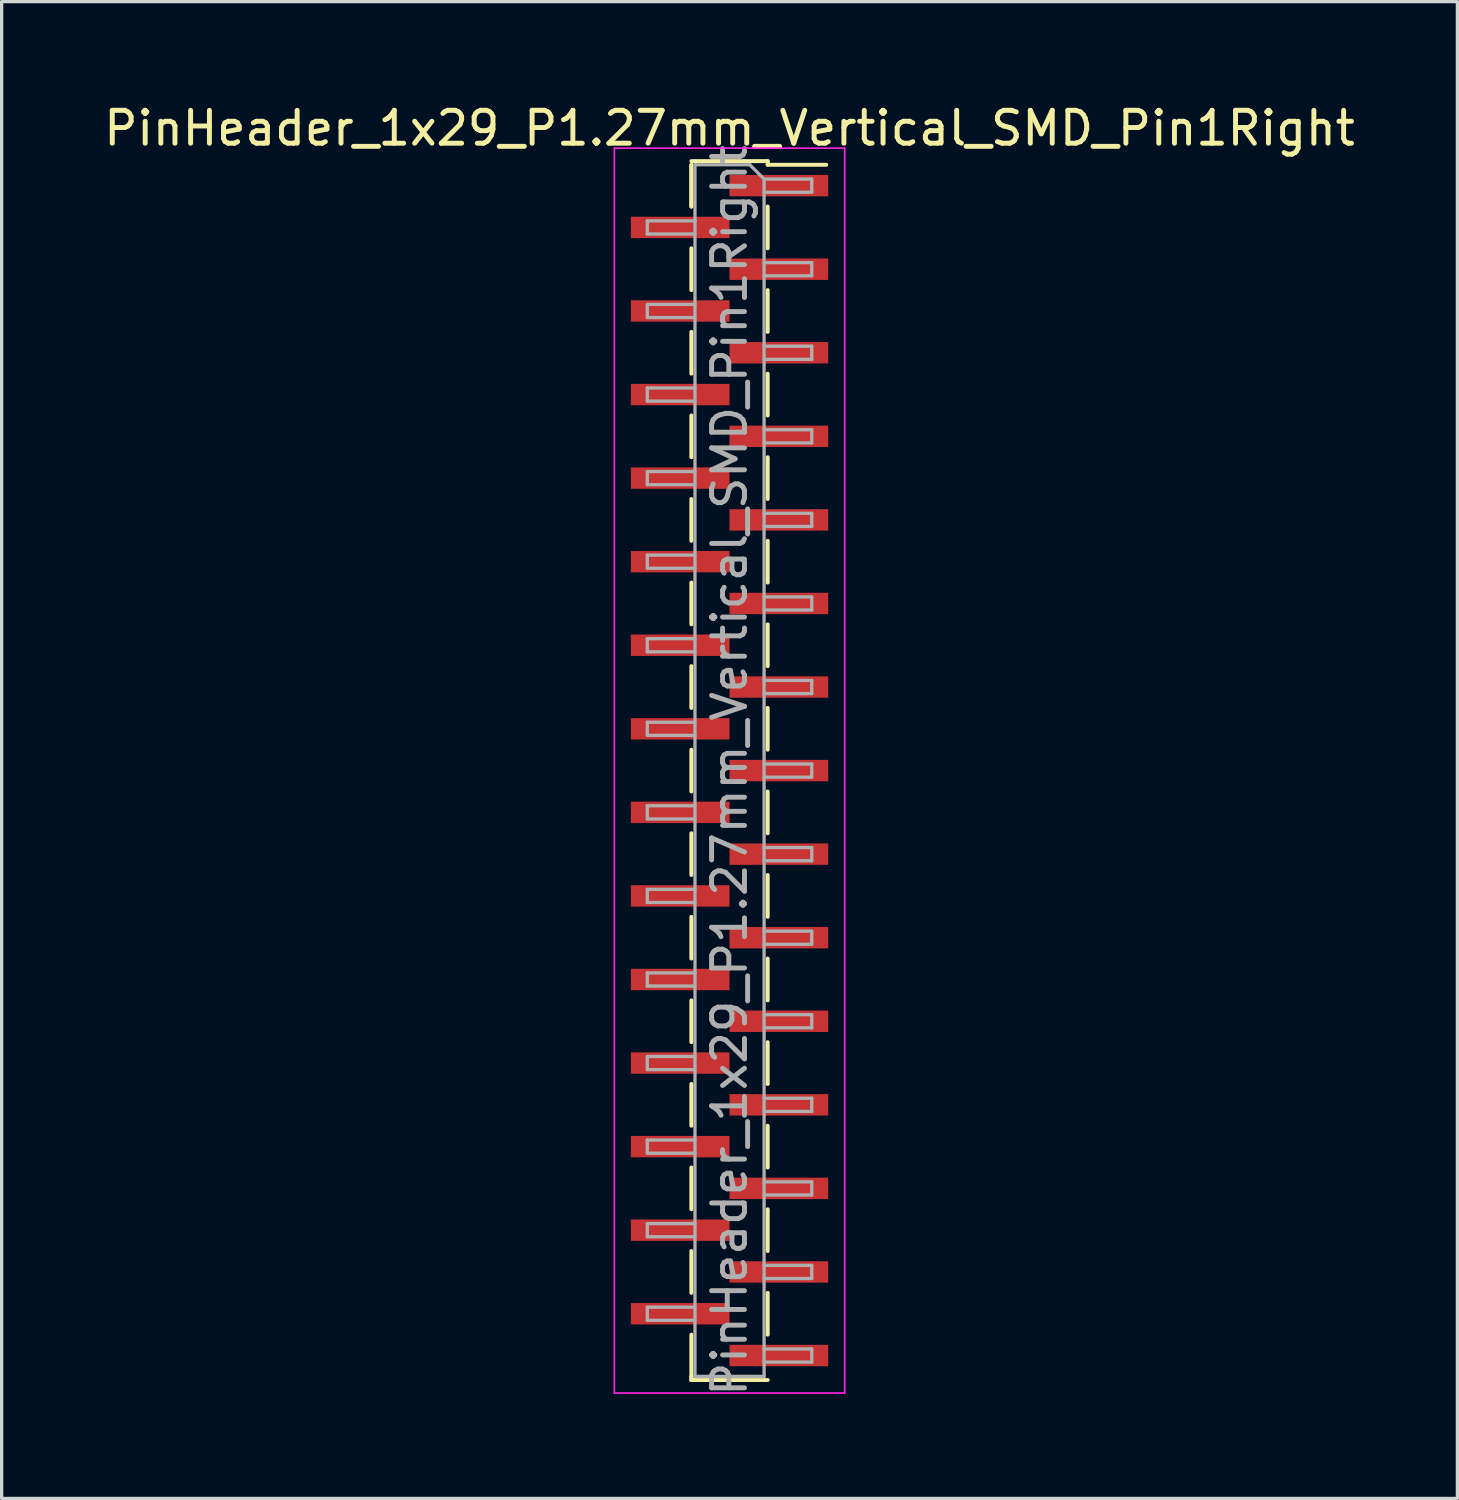
<source format=kicad_pcb>
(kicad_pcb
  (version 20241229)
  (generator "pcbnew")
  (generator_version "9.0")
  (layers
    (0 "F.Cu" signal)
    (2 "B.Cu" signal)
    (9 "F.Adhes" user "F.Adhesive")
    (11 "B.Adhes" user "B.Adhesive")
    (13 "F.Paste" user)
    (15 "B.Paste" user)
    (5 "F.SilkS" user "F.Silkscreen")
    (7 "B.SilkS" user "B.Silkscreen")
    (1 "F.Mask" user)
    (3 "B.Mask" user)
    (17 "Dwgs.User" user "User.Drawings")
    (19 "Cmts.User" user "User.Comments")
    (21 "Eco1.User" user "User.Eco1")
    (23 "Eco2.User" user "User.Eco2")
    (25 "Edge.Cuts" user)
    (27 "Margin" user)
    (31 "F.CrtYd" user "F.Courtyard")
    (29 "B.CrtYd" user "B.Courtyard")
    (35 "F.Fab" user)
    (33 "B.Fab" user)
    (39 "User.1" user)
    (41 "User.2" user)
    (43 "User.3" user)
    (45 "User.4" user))
  (footprint "PinHeader_1x29_P1.27mm_Vertical_SMD_Pin1Right"
    (layer "F.Cu")
    (at 19.125 20.373)
    (property "Reference" "PinHeader_1x29_P1.27mm_Vertical_SMD_Pin1Right" (at 0 -19.525 0) (layer "F.SilkS") (effects (font (size 1 1) (thickness 0.15))))
    (attr smd)
    (fp_line (start -1.16 -18.525) (end 1.16 -18.525) (stroke (width 0.12) (type solid)) (layer "F.SilkS"))
    (fp_line (start -1.16 -18.415) (end -1.16 -17.145) (stroke (width 0.12) (type solid)) (layer "F.SilkS"))
    (fp_line (start -1.16 -18.415) (end -1.16 -17.145) (stroke (width 0.12) (type solid)) (layer "F.SilkS"))
    (fp_line (start -1.16 -15.875) (end -1.16 -14.605) (stroke (width 0.12) (type solid)) (layer "F.SilkS"))
    (fp_line (start -1.16 -13.335) (end -1.16 -12.065) (stroke (width 0.12) (type solid)) (layer "F.SilkS"))
    (fp_line (start -1.16 -10.795) (end -1.16 -9.525) (stroke (width 0.12) (type solid)) (layer "F.SilkS"))
    (fp_line (start -1.16 -8.255) (end -1.16 -6.985) (stroke (width 0.12) (type solid)) (layer "F.SilkS"))
    (fp_line (start -1.16 -5.715) (end -1.16 -4.445) (stroke (width 0.12) (type solid)) (layer "F.SilkS"))
    (fp_line (start -1.16 -3.175) (end -1.16 -1.905) (stroke (width 0.12) (type solid)) (layer "F.SilkS"))
    (fp_line (start -1.16 -0.635) (end -1.16 0.635) (stroke (width 0.12) (type solid)) (layer "F.SilkS"))
    (fp_line (start -1.16 1.905) (end -1.16 3.175) (stroke (width 0.12) (type solid)) (layer "F.SilkS"))
    (fp_line (start -1.16 4.445) (end -1.16 5.715) (stroke (width 0.12) (type solid)) (layer "F.SilkS"))
    (fp_line (start -1.16 6.985) (end -1.16 8.255) (stroke (width 0.12) (type solid)) (layer "F.SilkS"))
    (fp_line (start -1.16 9.525) (end -1.16 10.795) (stroke (width 0.12) (type solid)) (layer "F.SilkS"))
    (fp_line (start -1.16 12.065) (end -1.16 13.335) (stroke (width 0.12) (type solid)) (layer "F.SilkS"))
    (fp_line (start -1.16 14.605) (end -1.16 15.875) (stroke (width 0.12) (type solid)) (layer "F.SilkS"))
    (fp_line (start -1.16 17.145) (end -1.16 18.525) (stroke (width 0.12) (type solid)) (layer "F.SilkS"))
    (fp_line (start -1.16 18.415) (end -1.16 18.525) (stroke (width 0.12) (type solid)) (layer "F.SilkS"))
    (fp_line (start -1.16 18.525) (end 1.16 18.525) (stroke (width 0.12) (type solid)) (layer "F.SilkS"))
    (fp_line (start 1.16 -18.525) (end 1.16 -18.415) (stroke (width 0.12) (type solid)) (layer "F.SilkS"))
    (fp_line (start 1.16 -18.415) (end 2.94 -18.415) (stroke (width 0.12) (type solid)) (layer "F.SilkS"))
    (fp_line (start 1.16 -17.145) (end 1.16 -15.875) (stroke (width 0.12) (type solid)) (layer "F.SilkS"))
    (fp_line (start 1.16 -14.605) (end 1.16 -13.335) (stroke (width 0.12) (type solid)) (layer "F.SilkS"))
    (fp_line (start 1.16 -12.065) (end 1.16 -10.795) (stroke (width 0.12) (type solid)) (layer "F.SilkS"))
    (fp_line (start 1.16 -9.525) (end 1.16 -8.255) (stroke (width 0.12) (type solid)) (layer "F.SilkS"))
    (fp_line (start 1.16 -6.985) (end 1.16 -5.715) (stroke (width 0.12) (type solid)) (layer "F.SilkS"))
    (fp_line (start 1.16 -4.445) (end 1.16 -3.175) (stroke (width 0.12) (type solid)) (layer "F.SilkS"))
    (fp_line (start 1.16 -1.905) (end 1.16 -0.635) (stroke (width 0.12) (type solid)) (layer "F.SilkS"))
    (fp_line (start 1.16 0.635) (end 1.16 1.905) (stroke (width 0.12) (type solid)) (layer "F.SilkS"))
    (fp_line (start 1.16 3.175) (end 1.16 4.445) (stroke (width 0.12) (type solid)) (layer "F.SilkS"))
    (fp_line (start 1.16 5.715) (end 1.16 6.985) (stroke (width 0.12) (type solid)) (layer "F.SilkS"))
    (fp_line (start 1.16 8.255) (end 1.16 9.525) (stroke (width 0.12) (type solid)) (layer "F.SilkS"))
    (fp_line (start 1.16 10.795) (end 1.16 12.065) (stroke (width 0.12) (type solid)) (layer "F.SilkS"))
    (fp_line (start 1.16 13.335) (end 1.16 14.605) (stroke (width 0.12) (type solid)) (layer "F.SilkS"))
    (fp_line (start 1.16 15.875) (end 1.16 17.145) (stroke (width 0.12) (type solid)) (layer "F.SilkS"))
    (fp_line (start -3.5 -18.92) (end -3.5 18.92) (stroke (width 0.05) (type solid)) (layer "F.CrtYd"))
    (fp_line (start -3.5 18.92) (end 3.5 18.92) (stroke (width 0.05) (type solid)) (layer "F.CrtYd"))
    (fp_line (start 3.5 -18.92) (end -3.5 -18.92) (stroke (width 0.05) (type solid)) (layer "F.CrtYd"))
    (fp_line (start 3.5 18.92) (end 3.5 -18.92) (stroke (width 0.05) (type solid)) (layer "F.CrtYd"))
    (fp_line (start -2.5 -16.71) (end -2.5 -16.31) (stroke (width 0.1) (type solid)) (layer "F.Fab"))
    (fp_line (start -2.5 -16.31) (end -1.05 -16.31) (stroke (width 0.1) (type solid)) (layer "F.Fab"))
    (fp_line (start -2.5 -14.17) (end -2.5 -13.77) (stroke (width 0.1) (type solid)) (layer "F.Fab"))
    (fp_line (start -2.5 -13.77) (end -1.05 -13.77) (stroke (width 0.1) (type solid)) (layer "F.Fab"))
    (fp_line (start -2.5 -11.63) (end -2.5 -11.23) (stroke (width 0.1) (type solid)) (layer "F.Fab"))
    (fp_line (start -2.5 -11.23) (end -1.05 -11.23) (stroke (width 0.1) (type solid)) (layer "F.Fab"))
    (fp_line (start -2.5 -9.09) (end -2.5 -8.69) (stroke (width 0.1) (type solid)) (layer "F.Fab"))
    (fp_line (start -2.5 -8.69) (end -1.05 -8.69) (stroke (width 0.1) (type solid)) (layer "F.Fab"))
    (fp_line (start -2.5 -6.55) (end -2.5 -6.15) (stroke (width 0.1) (type solid)) (layer "F.Fab"))
    (fp_line (start -2.5 -6.15) (end -1.05 -6.15) (stroke (width 0.1) (type solid)) (layer "F.Fab"))
    (fp_line (start -2.5 -4.01) (end -2.5 -3.61) (stroke (width 0.1) (type solid)) (layer "F.Fab"))
    (fp_line (start -2.5 -3.61) (end -1.05 -3.61) (stroke (width 0.1) (type solid)) (layer "F.Fab"))
    (fp_line (start -2.5 -1.47) (end -2.5 -1.07) (stroke (width 0.1) (type solid)) (layer "F.Fab"))
    (fp_line (start -2.5 -1.07) (end -1.05 -1.07) (stroke (width 0.1) (type solid)) (layer "F.Fab"))
    (fp_line (start -2.5 1.07) (end -2.5 1.47) (stroke (width 0.1) (type solid)) (layer "F.Fab"))
    (fp_line (start -2.5 1.47) (end -1.05 1.47) (stroke (width 0.1) (type solid)) (layer "F.Fab"))
    (fp_line (start -2.5 3.61) (end -2.5 4.01) (stroke (width 0.1) (type solid)) (layer "F.Fab"))
    (fp_line (start -2.5 4.01) (end -1.05 4.01) (stroke (width 0.1) (type solid)) (layer "F.Fab"))
    (fp_line (start -2.5 6.15) (end -2.5 6.55) (stroke (width 0.1) (type solid)) (layer "F.Fab"))
    (fp_line (start -2.5 6.55) (end -1.05 6.55) (stroke (width 0.1) (type solid)) (layer "F.Fab"))
    (fp_line (start -2.5 8.69) (end -2.5 9.09) (stroke (width 0.1) (type solid)) (layer "F.Fab"))
    (fp_line (start -2.5 9.09) (end -1.05 9.09) (stroke (width 0.1) (type solid)) (layer "F.Fab"))
    (fp_line (start -2.5 11.23) (end -2.5 11.63) (stroke (width 0.1) (type solid)) (layer "F.Fab"))
    (fp_line (start -2.5 11.63) (end -1.05 11.63) (stroke (width 0.1) (type solid)) (layer "F.Fab"))
    (fp_line (start -2.5 13.77) (end -2.5 14.17) (stroke (width 0.1) (type solid)) (layer "F.Fab"))
    (fp_line (start -2.5 14.17) (end -1.05 14.17) (stroke (width 0.1) (type solid)) (layer "F.Fab"))
    (fp_line (start -2.5 16.31) (end -2.5 16.71) (stroke (width 0.1) (type solid)) (layer "F.Fab"))
    (fp_line (start -2.5 16.71) (end -1.05 16.71) (stroke (width 0.1) (type solid)) (layer "F.Fab"))
    (fp_line (start -1.05 -18.415) (end -1.05 18.415) (stroke (width 0.1) (type solid)) (layer "F.Fab"))
    (fp_line (start -1.05 -18.415) (end 0.615 -18.415) (stroke (width 0.1) (type solid)) (layer "F.Fab"))
    (fp_line (start -1.05 -16.71) (end -2.5 -16.71) (stroke (width 0.1) (type solid)) (layer "F.Fab"))
    (fp_line (start -1.05 -14.17) (end -2.5 -14.17) (stroke (width 0.1) (type solid)) (layer "F.Fab"))
    (fp_line (start -1.05 -11.63) (end -2.5 -11.63) (stroke (width 0.1) (type solid)) (layer "F.Fab"))
    (fp_line (start -1.05 -9.09) (end -2.5 -9.09) (stroke (width 0.1) (type solid)) (layer "F.Fab"))
    (fp_line (start -1.05 -6.55) (end -2.5 -6.55) (stroke (width 0.1) (type solid)) (layer "F.Fab"))
    (fp_line (start -1.05 -4.01) (end -2.5 -4.01) (stroke (width 0.1) (type solid)) (layer "F.Fab"))
    (fp_line (start -1.05 -1.47) (end -2.5 -1.47) (stroke (width 0.1) (type solid)) (layer "F.Fab"))
    (fp_line (start -1.05 1.07) (end -2.5 1.07) (stroke (width 0.1) (type solid)) (layer "F.Fab"))
    (fp_line (start -1.05 3.61) (end -2.5 3.61) (stroke (width 0.1) (type solid)) (layer "F.Fab"))
    (fp_line (start -1.05 6.15) (end -2.5 6.15) (stroke (width 0.1) (type solid)) (layer "F.Fab"))
    (fp_line (start -1.05 8.69) (end -2.5 8.69) (stroke (width 0.1) (type solid)) (layer "F.Fab"))
    (fp_line (start -1.05 11.23) (end -2.5 11.23) (stroke (width 0.1) (type solid)) (layer "F.Fab"))
    (fp_line (start -1.05 13.77) (end -2.5 13.77) (stroke (width 0.1) (type solid)) (layer "F.Fab"))
    (fp_line (start -1.05 16.31) (end -2.5 16.31) (stroke (width 0.1) (type solid)) (layer "F.Fab"))
    (fp_line (start 1.05 -17.98) (end 0.615 -18.415) (stroke (width 0.1) (type solid)) (layer "F.Fab"))
    (fp_line (start 1.05 -17.98) (end 2.5 -17.98) (stroke (width 0.1) (type solid)) (layer "F.Fab"))
    (fp_line (start 1.05 -15.44) (end 2.5 -15.44) (stroke (width 0.1) (type solid)) (layer "F.Fab"))
    (fp_line (start 1.05 -12.9) (end 2.5 -12.9) (stroke (width 0.1) (type solid)) (layer "F.Fab"))
    (fp_line (start 1.05 -10.36) (end 2.5 -10.36) (stroke (width 0.1) (type solid)) (layer "F.Fab"))
    (fp_line (start 1.05 -7.82) (end 2.5 -7.82) (stroke (width 0.1) (type solid)) (layer "F.Fab"))
    (fp_line (start 1.05 -5.28) (end 2.5 -5.28) (stroke (width 0.1) (type solid)) (layer "F.Fab"))
    (fp_line (start 1.05 -2.74) (end 2.5 -2.74) (stroke (width 0.1) (type solid)) (layer "F.Fab"))
    (fp_line (start 1.05 -0.2) (end 2.5 -0.2) (stroke (width 0.1) (type solid)) (layer "F.Fab"))
    (fp_line (start 1.05 2.34) (end 2.5 2.34) (stroke (width 0.1) (type solid)) (layer "F.Fab"))
    (fp_line (start 1.05 4.88) (end 2.5 4.88) (stroke (width 0.1) (type solid)) (layer "F.Fab"))
    (fp_line (start 1.05 7.42) (end 2.5 7.42) (stroke (width 0.1) (type solid)) (layer "F.Fab"))
    (fp_line (start 1.05 9.96) (end 2.5 9.96) (stroke (width 0.1) (type solid)) (layer "F.Fab"))
    (fp_line (start 1.05 12.5) (end 2.5 12.5) (stroke (width 0.1) (type solid)) (layer "F.Fab"))
    (fp_line (start 1.05 15.04) (end 2.5 15.04) (stroke (width 0.1) (type solid)) (layer "F.Fab"))
    (fp_line (start 1.05 17.58) (end 2.5 17.58) (stroke (width 0.1) (type solid)) (layer "F.Fab"))
    (fp_line (start 1.05 18.415) (end -1.05 18.415) (stroke (width 0.1) (type solid)) (layer "F.Fab"))
    (fp_line (start 1.05 18.415) (end 1.05 -17.98) (stroke (width 0.1) (type solid)) (layer "F.Fab"))
    (fp_line (start 2.5 -17.98) (end 2.5 -17.58) (stroke (width 0.1) (type solid)) (layer "F.Fab"))
    (fp_line (start 2.5 -17.58) (end 1.05 -17.58) (stroke (width 0.1) (type solid)) (layer "F.Fab"))
    (fp_line (start 2.5 -15.44) (end 2.5 -15.04) (stroke (width 0.1) (type solid)) (layer "F.Fab"))
    (fp_line (start 2.5 -15.04) (end 1.05 -15.04) (stroke (width 0.1) (type solid)) (layer "F.Fab"))
    (fp_line (start 2.5 -12.9) (end 2.5 -12.5) (stroke (width 0.1) (type solid)) (layer "F.Fab"))
    (fp_line (start 2.5 -12.5) (end 1.05 -12.5) (stroke (width 0.1) (type solid)) (layer "F.Fab"))
    (fp_line (start 2.5 -10.36) (end 2.5 -9.96) (stroke (width 0.1) (type solid)) (layer "F.Fab"))
    (fp_line (start 2.5 -9.96) (end 1.05 -9.96) (stroke (width 0.1) (type solid)) (layer "F.Fab"))
    (fp_line (start 2.5 -7.82) (end 2.5 -7.42) (stroke (width 0.1) (type solid)) (layer "F.Fab"))
    (fp_line (start 2.5 -7.42) (end 1.05 -7.42) (stroke (width 0.1) (type solid)) (layer "F.Fab"))
    (fp_line (start 2.5 -5.28) (end 2.5 -4.88) (stroke (width 0.1) (type solid)) (layer "F.Fab"))
    (fp_line (start 2.5 -4.88) (end 1.05 -4.88) (stroke (width 0.1) (type solid)) (layer "F.Fab"))
    (fp_line (start 2.5 -2.74) (end 2.5 -2.34) (stroke (width 0.1) (type solid)) (layer "F.Fab"))
    (fp_line (start 2.5 -2.34) (end 1.05 -2.34) (stroke (width 0.1) (type solid)) (layer "F.Fab"))
    (fp_line (start 2.5 -0.2) (end 2.5 0.2) (stroke (width 0.1) (type solid)) (layer "F.Fab"))
    (fp_line (start 2.5 0.2) (end 1.05 0.2) (stroke (width 0.1) (type solid)) (layer "F.Fab"))
    (fp_line (start 2.5 2.34) (end 2.5 2.74) (stroke (width 0.1) (type solid)) (layer "F.Fab"))
    (fp_line (start 2.5 2.74) (end 1.05 2.74) (stroke (width 0.1) (type solid)) (layer "F.Fab"))
    (fp_line (start 2.5 4.88) (end 2.5 5.28) (stroke (width 0.1) (type solid)) (layer "F.Fab"))
    (fp_line (start 2.5 5.28) (end 1.05 5.28) (stroke (width 0.1) (type solid)) (layer "F.Fab"))
    (fp_line (start 2.5 7.42) (end 2.5 7.82) (stroke (width 0.1) (type solid)) (layer "F.Fab"))
    (fp_line (start 2.5 7.82) (end 1.05 7.82) (stroke (width 0.1) (type solid)) (layer "F.Fab"))
    (fp_line (start 2.5 9.96) (end 2.5 10.36) (stroke (width 0.1) (type solid)) (layer "F.Fab"))
    (fp_line (start 2.5 10.36) (end 1.05 10.36) (stroke (width 0.1) (type solid)) (layer "F.Fab"))
    (fp_line (start 2.5 12.5) (end 2.5 12.9) (stroke (width 0.1) (type solid)) (layer "F.Fab"))
    (fp_line (start 2.5 12.9) (end 1.05 12.9) (stroke (width 0.1) (type solid)) (layer "F.Fab"))
    (fp_line (start 2.5 15.04) (end 2.5 15.44) (stroke (width 0.1) (type solid)) (layer "F.Fab"))
    (fp_line (start 2.5 15.44) (end 1.05 15.44) (stroke (width 0.1) (type solid)) (layer "F.Fab"))
    (fp_line (start 2.5 17.58) (end 2.5 17.98) (stroke (width 0.1) (type solid)) (layer "F.Fab"))
    (fp_line (start 2.5 17.98) (end 1.05 17.98) (stroke (width 0.1) (type solid)) (layer "F.Fab"))
    (fp_text user "${REFERENCE}" (at 0 0 90) (layer "F.Fab") (effects (font (size 1 1) (thickness 0.15))))
    (pad "1" smd rect (at 1.5 -17.78) (size 3 0.65) (layers "F.Cu" "F.Mask" "F.Paste"))
    (pad "2" smd rect (at -1.5 -16.51) (size 3 0.65) (layers "F.Cu" "F.Mask" "F.Paste"))
    (pad "3" smd rect (at 1.5 -15.24) (size 3 0.65) (layers "F.Cu" "F.Mask" "F.Paste"))
    (pad "4" smd rect (at -1.5 -13.97) (size 3 0.65) (layers "F.Cu" "F.Mask" "F.Paste"))
    (pad "5" smd rect (at 1.5 -12.7) (size 3 0.65) (layers "F.Cu" "F.Mask" "F.Paste"))
    (pad "6" smd rect (at -1.5 -11.43) (size 3 0.65) (layers "F.Cu" "F.Mask" "F.Paste"))
    (pad "7" smd rect (at 1.5 -10.16) (size 3 0.65) (layers "F.Cu" "F.Mask" "F.Paste"))
    (pad "8" smd rect (at -1.5 -8.89) (size 3 0.65) (layers "F.Cu" "F.Mask" "F.Paste"))
    (pad "9" smd rect (at 1.5 -7.62) (size 3 0.65) (layers "F.Cu" "F.Mask" "F.Paste"))
    (pad "10" smd rect (at -1.5 -6.35) (size 3 0.65) (layers "F.Cu" "F.Mask" "F.Paste"))
    (pad "11" smd rect (at 1.5 -5.08) (size 3 0.65) (layers "F.Cu" "F.Mask" "F.Paste"))
    (pad "12" smd rect (at -1.5 -3.81) (size 3 0.65) (layers "F.Cu" "F.Mask" "F.Paste"))
    (pad "13" smd rect (at 1.5 -2.54) (size 3 0.65) (layers "F.Cu" "F.Mask" "F.Paste"))
    (pad "14" smd rect (at -1.5 -1.27) (size 3 0.65) (layers "F.Cu" "F.Mask" "F.Paste"))
    (pad "15" smd rect (at 1.5 0) (size 3 0.65) (layers "F.Cu" "F.Mask" "F.Paste"))
    (pad "16" smd rect (at -1.5 1.27) (size 3 0.65) (layers "F.Cu" "F.Mask" "F.Paste"))
    (pad "17" smd rect (at 1.5 2.54) (size 3 0.65) (layers "F.Cu" "F.Mask" "F.Paste"))
    (pad "18" smd rect (at -1.5 3.81) (size 3 0.65) (layers "F.Cu" "F.Mask" "F.Paste"))
    (pad "19" smd rect (at 1.5 5.08) (size 3 0.65) (layers "F.Cu" "F.Mask" "F.Paste"))
    (pad "20" smd rect (at -1.5 6.35) (size 3 0.65) (layers "F.Cu" "F.Mask" "F.Paste"))
    (pad "21" smd rect (at 1.5 7.62) (size 3 0.65) (layers "F.Cu" "F.Mask" "F.Paste"))
    (pad "22" smd rect (at -1.5 8.89) (size 3 0.65) (layers "F.Cu" "F.Mask" "F.Paste"))
    (pad "23" smd rect (at 1.5 10.16) (size 3 0.65) (layers "F.Cu" "F.Mask" "F.Paste"))
    (pad "24" smd rect (at -1.5 11.43) (size 3 0.65) (layers "F.Cu" "F.Mask" "F.Paste"))
    (pad "25" smd rect (at 1.5 12.7) (size 3 0.65) (layers "F.Cu" "F.Mask" "F.Paste"))
    (pad "26" smd rect (at -1.5 13.97) (size 3 0.65) (layers "F.Cu" "F.Mask" "F.Paste"))
    (pad "27" smd rect (at 1.5 15.24) (size 3 0.65) (layers "F.Cu" "F.Mask" "F.Paste"))
    (pad "28" smd rect (at -1.5 16.51) (size 3 0.65) (layers "F.Cu" "F.Mask" "F.Paste"))
    (pad "29" smd rect (at 1.5 17.78) (size 3 0.65) (layers "F.Cu" "F.Mask" "F.Paste")))
  (gr_rect
    (start -3 -3)
    (end 41.25 42.498)
    (stroke (width 0.1) (type default))
    (fill no)
    (layer "Edge.Cuts")))
</source>
